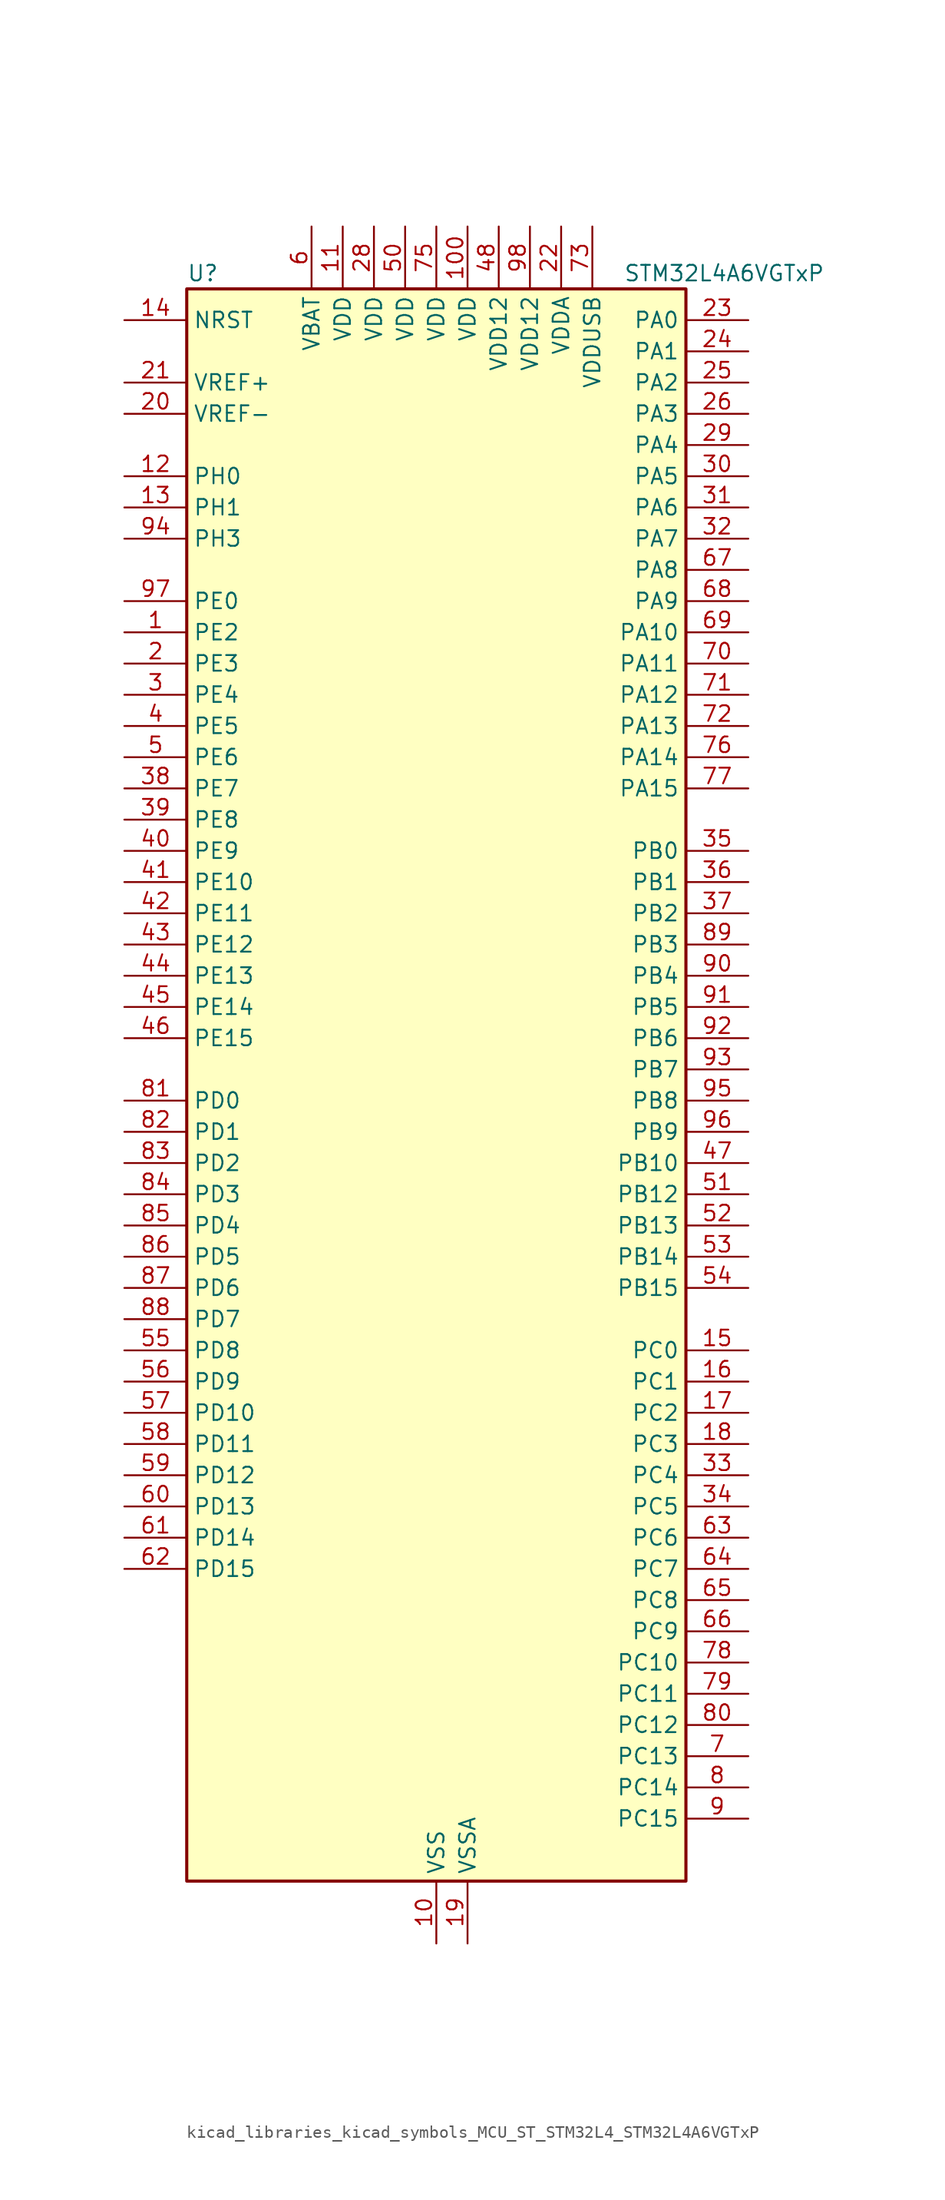
<source format=kicad_sym>
(kicad_symbol_lib
  (version 20220914)
  (generator kicad_symbol_editor)
  (symbol "kicad_libraries_kicad_symbols_MCU_ST_STM32L4_STM32L4A6VGTxP"
    (property "Reference" "U"
      (at -20.32 67.31 0)
      (effects (font (size 1.27 1.27)) (justify left)))
    (property "Value" "STM32L4A6VGTxP"
      (at 15.24 67.31 0)
      (effects (font (size 1.27 1.27)) (justify left)))
    (property "ki_locked" ""
      (at 0 0 0)
      (effects (font (size 1.27 1.27))))
    (symbol "kicad_libraries_kicad_symbols_MCU_ST_STM32L4_STM32L4A6VGTxP_0_1"
      (rectangle (start -20.32 -63.5) (end 20.32 66.04) (stroke (width 0.254) (type default)) (fill (type background))))
    (symbol "kicad_libraries_kicad_symbols_MCU_ST_STM32L4_STM32L4A6VGTxP_1_1"
      (pin bidirectional line (at -25.4 38.1 0) (length 5.08) (name "PE2" (effects (font (size 1.27 1.27)))) (number "1" (effects (font (size 1.27 1.27)))) (alternate "FMC_A23" bidirectional line) (alternate "LCD_SEG38" bidirectional line) (alternate "SAI1_MCLK_A" bidirectional line) (alternate "SYS_TRACECLK" bidirectional line) (alternate "TIM3_ETR" bidirectional line) (alternate "TSC_G7_IO1" bidirectional line))
      (pin power_in line (at 0 -68.58 90) (length 5.08) (name "VSS" (effects (font (size 1.27 1.27)))) (number "10" (effects (font (size 1.27 1.27)))))
      (pin power_in line (at 2.54 71.12 270) (length 5.08) (name "VDD" (effects (font (size 1.27 1.27)))) (number "100" (effects (font (size 1.27 1.27)))))
      (pin power_in line (at -7.62 71.12 270) (length 5.08) (name "VDD" (effects (font (size 1.27 1.27)))) (number "11" (effects (font (size 1.27 1.27)))))
      (pin bidirectional line (at -25.4 50.8 0) (length 5.08) (name "PH0" (effects (font (size 1.27 1.27)))) (number "12" (effects (font (size 1.27 1.27)))) (alternate "RCC_OSC_IN" bidirectional line))
      (pin bidirectional line (at -25.4 48.26 0) (length 5.08) (name "PH1" (effects (font (size 1.27 1.27)))) (number "13" (effects (font (size 1.27 1.27)))) (alternate "RCC_OSC_OUT" bidirectional line))
      (pin input line (at -25.4 63.5 0) (length 5.08) (name "NRST" (effects (font (size 1.27 1.27)))) (number "14" (effects (font (size 1.27 1.27)))))
      (pin bidirectional line (at 25.4 -20.32 180) (length 5.08) (name "PC0" (effects (font (size 1.27 1.27)))) (number "15" (effects (font (size 1.27 1.27)))) (alternate "ADC1_IN1" bidirectional line) (alternate "ADC2_IN1" bidirectional line) (alternate "ADC3_IN1" bidirectional line) (alternate "DFSDM1_DATIN4" bidirectional line) (alternate "I2C3_SCL" bidirectional line) (alternate "I2C4_SCL" bidirectional line) (alternate "LCD_SEG18" bidirectional line) (alternate "LPTIM1_IN1" bidirectional line) (alternate "LPTIM2_IN1" bidirectional line) (alternate "LPUART1_RX" bidirectional line))
      (pin bidirectional line (at 25.4 -22.86 180) (length 5.08) (name "PC1" (effects (font (size 1.27 1.27)))) (number "16" (effects (font (size 1.27 1.27)))) (alternate "ADC1_IN2" bidirectional line) (alternate "ADC2_IN2" bidirectional line) (alternate "ADC3_IN2" bidirectional line) (alternate "DFSDM1_CKIN4" bidirectional line) (alternate "I2C3_SDA" bidirectional line) (alternate "I2C4_SDA" bidirectional line) (alternate "LCD_SEG19" bidirectional line) (alternate "LPTIM1_OUT" bidirectional line) (alternate "LPUART1_TX" bidirectional line) (alternate "QUADSPI_BK2_IO0" bidirectional line) (alternate "SAI1_SD_A" bidirectional line) (alternate "SPI2_MOSI" bidirectional line) (alternate "SYS_TRACED0" bidirectional line))
      (pin bidirectional line (at 25.4 -25.4 180) (length 5.08) (name "PC2" (effects (font (size 1.27 1.27)))) (number "17" (effects (font (size 1.27 1.27)))) (alternate "ADC1_IN3" bidirectional line) (alternate "ADC2_IN3" bidirectional line) (alternate "ADC3_IN3" bidirectional line) (alternate "DFSDM1_CKOUT" bidirectional line) (alternate "LCD_SEG20" bidirectional line) (alternate "LPTIM1_IN2" bidirectional line) (alternate "QUADSPI_BK2_IO1" bidirectional line) (alternate "SPI2_MISO" bidirectional line))
      (pin bidirectional line (at 25.4 -27.94 180) (length 5.08) (name "PC3" (effects (font (size 1.27 1.27)))) (number "18" (effects (font (size 1.27 1.27)))) (alternate "ADC1_IN4" bidirectional line) (alternate "ADC2_IN4" bidirectional line) (alternate "ADC3_IN4" bidirectional line) (alternate "LCD_VLCD" bidirectional line) (alternate "LPTIM1_ETR" bidirectional line) (alternate "LPTIM2_ETR" bidirectional line) (alternate "QUADSPI_BK2_IO2" bidirectional line) (alternate "SAI1_SD_A" bidirectional line) (alternate "SPI2_MOSI" bidirectional line))
      (pin power_in line (at 2.54 -68.58 90) (length 5.08) (name "VSSA" (effects (font (size 1.27 1.27)))) (number "19" (effects (font (size 1.27 1.27)))))
      (pin bidirectional line (at -25.4 35.56 0) (length 5.08) (name "PE3" (effects (font (size 1.27 1.27)))) (number "2" (effects (font (size 1.27 1.27)))) (alternate "FMC_A19" bidirectional line) (alternate "LCD_SEG39" bidirectional line) (alternate "SAI1_SD_B" bidirectional line) (alternate "SYS_TRACED0" bidirectional line) (alternate "TIM3_CH1" bidirectional line) (alternate "TSC_G7_IO2" bidirectional line))
      (pin input line (at -25.4 55.88 0) (length 5.08) (name "VREF-" (effects (font (size 1.27 1.27)))) (number "20" (effects (font (size 1.27 1.27)))))
      (pin input line (at -25.4 58.42 0) (length 5.08) (name "VREF+" (effects (font (size 1.27 1.27)))) (number "21" (effects (font (size 1.27 1.27)))) (alternate "VREFBUF_OUT" bidirectional line))
      (pin power_in line (at 10.16 71.12 270) (length 5.08) (name "VDDA" (effects (font (size 1.27 1.27)))) (number "22" (effects (font (size 1.27 1.27)))))
      (pin bidirectional line (at 25.4 63.5 180) (length 5.08) (name "PA0" (effects (font (size 1.27 1.27)))) (number "23" (effects (font (size 1.27 1.27)))) (alternate "ADC1_IN5" bidirectional line) (alternate "ADC2_IN5" bidirectional line) (alternate "OPAMP1_VINP" bidirectional line) (alternate "RTC_TAMP2" bidirectional line) (alternate "SAI1_EXTCLK" bidirectional line) (alternate "SYS_WKUP1" bidirectional line) (alternate "TIM2_CH1" bidirectional line) (alternate "TIM2_ETR" bidirectional line) (alternate "TIM5_CH1" bidirectional line) (alternate "TIM8_ETR" bidirectional line) (alternate "UART4_TX" bidirectional line) (alternate "USART2_CTS" bidirectional line))
      (pin bidirectional line (at 25.4 60.96 180) (length 5.08) (name "PA1" (effects (font (size 1.27 1.27)))) (number "24" (effects (font (size 1.27 1.27)))) (alternate "ADC1_IN6" bidirectional line) (alternate "ADC2_IN6" bidirectional line) (alternate "I2C1_SMBA" bidirectional line) (alternate "LCD_SEG0" bidirectional line) (alternate "OPAMP1_VINM" bidirectional line) (alternate "SPI1_SCK" bidirectional line) (alternate "TIM15_CH1N" bidirectional line) (alternate "TIM2_CH2" bidirectional line) (alternate "TIM5_CH2" bidirectional line) (alternate "UART4_RX" bidirectional line) (alternate "USART2_DE" bidirectional line) (alternate "USART2_RTS" bidirectional line))
      (pin bidirectional line (at 25.4 58.42 180) (length 5.08) (name "PA2" (effects (font (size 1.27 1.27)))) (number "25" (effects (font (size 1.27 1.27)))) (alternate "ADC1_IN7" bidirectional line) (alternate "ADC2_IN7" bidirectional line) (alternate "LCD_SEG1" bidirectional line) (alternate "LPUART1_TX" bidirectional line) (alternate "QUADSPI_BK1_NCS" bidirectional line) (alternate "RCC_LSCO" bidirectional line) (alternate "SAI2_EXTCLK" bidirectional line) (alternate "SYS_WKUP4" bidirectional line) (alternate "TIM15_CH1" bidirectional line) (alternate "TIM2_CH3" bidirectional line) (alternate "TIM5_CH3" bidirectional line) (alternate "USART2_TX" bidirectional line))
      (pin bidirectional line (at 25.4 55.88 180) (length 5.08) (name "PA3" (effects (font (size 1.27 1.27)))) (number "26" (effects (font (size 1.27 1.27)))) (alternate "ADC1_IN8" bidirectional line) (alternate "ADC2_IN8" bidirectional line) (alternate "LCD_SEG2" bidirectional line) (alternate "LPUART1_RX" bidirectional line) (alternate "OPAMP1_VOUT" bidirectional line) (alternate "QUADSPI_CLK" bidirectional line) (alternate "SAI1_MCLK_A" bidirectional line) (alternate "TIM15_CH2" bidirectional line) (alternate "TIM2_CH4" bidirectional line) (alternate "TIM5_CH4" bidirectional line) (alternate "USART2_RX" bidirectional line))
      (pin passive line (at 0 -68.58 90) (length 5.08) hide (name "VSS" (effects (font (size 1.27 1.27)))) (number "27" (effects (font (size 1.27 1.27)))))
      (pin power_in line (at -5.08 71.12 270) (length 5.08) (name "VDD" (effects (font (size 1.27 1.27)))) (number "28" (effects (font (size 1.27 1.27)))))
      (pin bidirectional line (at 25.4 53.34 180) (length 5.08) (name "PA4" (effects (font (size 1.27 1.27)))) (number "29" (effects (font (size 1.27 1.27)))) (alternate "ADC1_IN9" bidirectional line) (alternate "ADC2_IN9" bidirectional line) (alternate "DAC1_OUT1" bidirectional line) (alternate "DCMI_HSYNC" bidirectional line) (alternate "LPTIM2_OUT" bidirectional line) (alternate "SAI1_FS_B" bidirectional line) (alternate "SPI1_NSS" bidirectional line) (alternate "SPI3_NSS" bidirectional line) (alternate "USART2_CK" bidirectional line))
      (pin bidirectional line (at -25.4 33.02 0) (length 5.08) (name "PE4" (effects (font (size 1.27 1.27)))) (number "3" (effects (font (size 1.27 1.27)))) (alternate "DCMI_D4" bidirectional line) (alternate "DFSDM1_DATIN3" bidirectional line) (alternate "FMC_A20" bidirectional line) (alternate "SAI1_FS_A" bidirectional line) (alternate "SYS_TRACED1" bidirectional line) (alternate "TIM3_CH2" bidirectional line) (alternate "TSC_G7_IO3" bidirectional line))
      (pin bidirectional line (at 25.4 50.8 180) (length 5.08) (name "PA5" (effects (font (size 1.27 1.27)))) (number "30" (effects (font (size 1.27 1.27)))) (alternate "ADC1_IN10" bidirectional line) (alternate "ADC2_IN10" bidirectional line) (alternate "DAC1_OUT2" bidirectional line) (alternate "LPTIM2_ETR" bidirectional line) (alternate "SPI1_SCK" bidirectional line) (alternate "TIM2_CH1" bidirectional line) (alternate "TIM2_ETR" bidirectional line) (alternate "TIM8_CH1N" bidirectional line))
      (pin bidirectional line (at 25.4 48.26 180) (length 5.08) (name "PA6" (effects (font (size 1.27 1.27)))) (number "31" (effects (font (size 1.27 1.27)))) (alternate "ADC1_IN11" bidirectional line) (alternate "ADC2_IN11" bidirectional line) (alternate "DCMI_PIXCLK" bidirectional line) (alternate "LCD_SEG3" bidirectional line) (alternate "LPUART1_CTS" bidirectional line) (alternate "OPAMP2_VINP" bidirectional line) (alternate "QUADSPI_BK1_IO3" bidirectional line) (alternate "SPI1_MISO" bidirectional line) (alternate "TIM16_CH1" bidirectional line) (alternate "TIM1_BKIN" bidirectional line) (alternate "TIM1_BKIN_COMP2" bidirectional line) (alternate "TIM3_CH1" bidirectional line) (alternate "TIM8_BKIN" bidirectional line) (alternate "TIM8_BKIN_COMP2" bidirectional line) (alternate "USART3_CTS" bidirectional line))
      (pin bidirectional line (at 25.4 45.72 180) (length 5.08) (name "PA7" (effects (font (size 1.27 1.27)))) (number "32" (effects (font (size 1.27 1.27)))) (alternate "ADC1_IN12" bidirectional line) (alternate "ADC2_IN12" bidirectional line) (alternate "I2C3_SCL" bidirectional line) (alternate "LCD_SEG4" bidirectional line) (alternate "OPAMP2_VINM" bidirectional line) (alternate "QUADSPI_BK1_IO2" bidirectional line) (alternate "SPI1_MOSI" bidirectional line) (alternate "TIM17_CH1" bidirectional line) (alternate "TIM1_CH1N" bidirectional line) (alternate "TIM3_CH2" bidirectional line) (alternate "TIM8_CH1N" bidirectional line))
      (pin bidirectional line (at 25.4 -30.48 180) (length 5.08) (name "PC4" (effects (font (size 1.27 1.27)))) (number "33" (effects (font (size 1.27 1.27)))) (alternate "ADC1_IN13" bidirectional line) (alternate "ADC2_IN13" bidirectional line) (alternate "COMP1_INM" bidirectional line) (alternate "LCD_SEG22" bidirectional line) (alternate "QUADSPI_BK2_IO3" bidirectional line) (alternate "USART3_TX" bidirectional line))
      (pin bidirectional line (at 25.4 -33.02 180) (length 5.08) (name "PC5" (effects (font (size 1.27 1.27)))) (number "34" (effects (font (size 1.27 1.27)))) (alternate "ADC1_IN14" bidirectional line) (alternate "ADC2_IN14" bidirectional line) (alternate "COMP1_INP" bidirectional line) (alternate "LCD_SEG23" bidirectional line) (alternate "SYS_WKUP5" bidirectional line) (alternate "USART3_RX" bidirectional line))
      (pin bidirectional line (at 25.4 20.32 180) (length 5.08) (name "PB0" (effects (font (size 1.27 1.27)))) (number "35" (effects (font (size 1.27 1.27)))) (alternate "ADC1_IN15" bidirectional line) (alternate "ADC2_IN15" bidirectional line) (alternate "COMP1_OUT" bidirectional line) (alternate "LCD_SEG5" bidirectional line) (alternate "OPAMP2_VOUT" bidirectional line) (alternate "QUADSPI_BK1_IO1" bidirectional line) (alternate "SAI1_EXTCLK" bidirectional line) (alternate "SPI1_NSS" bidirectional line) (alternate "TIM1_CH2N" bidirectional line) (alternate "TIM3_CH3" bidirectional line) (alternate "TIM8_CH2N" bidirectional line) (alternate "USART3_CK" bidirectional line))
      (pin bidirectional line (at 25.4 17.78 180) (length 5.08) (name "PB1" (effects (font (size 1.27 1.27)))) (number "36" (effects (font (size 1.27 1.27)))) (alternate "ADC1_IN16" bidirectional line) (alternate "ADC2_IN16" bidirectional line) (alternate "COMP1_INM" bidirectional line) (alternate "DFSDM1_DATIN0" bidirectional line) (alternate "LCD_SEG6" bidirectional line) (alternate "LPTIM2_IN1" bidirectional line) (alternate "LPUART1_DE" bidirectional line) (alternate "LPUART1_RTS" bidirectional line) (alternate "QUADSPI_BK1_IO0" bidirectional line) (alternate "TIM1_CH3N" bidirectional line) (alternate "TIM3_CH4" bidirectional line) (alternate "TIM8_CH3N" bidirectional line) (alternate "USART3_DE" bidirectional line) (alternate "USART3_RTS" bidirectional line))
      (pin bidirectional line (at 25.4 15.24 180) (length 5.08) (name "PB2" (effects (font (size 1.27 1.27)))) (number "37" (effects (font (size 1.27 1.27)))) (alternate "COMP1_INP" bidirectional line) (alternate "DFSDM1_CKIN0" bidirectional line) (alternate "I2C3_SMBA" bidirectional line) (alternate "LCD_VLCD" bidirectional line) (alternate "LPTIM1_OUT" bidirectional line) (alternate "RTC_OUT_ALARM" bidirectional line) (alternate "RTC_OUT_CALIB" bidirectional line))
      (pin bidirectional line (at -25.4 25.4 0) (length 5.08) (name "PE7" (effects (font (size 1.27 1.27)))) (number "38" (effects (font (size 1.27 1.27)))) (alternate "DFSDM1_DATIN2" bidirectional line) (alternate "FMC_D4" bidirectional line) (alternate "FMC_DA4" bidirectional line) (alternate "SAI1_SD_B" bidirectional line) (alternate "TIM1_ETR" bidirectional line))
      (pin bidirectional line (at -25.4 22.86 0) (length 5.08) (name "PE8" (effects (font (size 1.27 1.27)))) (number "39" (effects (font (size 1.27 1.27)))) (alternate "DFSDM1_CKIN2" bidirectional line) (alternate "FMC_D5" bidirectional line) (alternate "FMC_DA5" bidirectional line) (alternate "SAI1_SCK_B" bidirectional line) (alternate "TIM1_CH1N" bidirectional line))
      (pin bidirectional line (at -25.4 30.48 0) (length 5.08) (name "PE5" (effects (font (size 1.27 1.27)))) (number "4" (effects (font (size 1.27 1.27)))) (alternate "DCMI_D6" bidirectional line) (alternate "DFSDM1_CKIN3" bidirectional line) (alternate "FMC_A21" bidirectional line) (alternate "SAI1_SCK_A" bidirectional line) (alternate "SYS_TRACED2" bidirectional line) (alternate "TIM3_CH3" bidirectional line) (alternate "TSC_G7_IO4" bidirectional line))
      (pin bidirectional line (at -25.4 20.32 0) (length 5.08) (name "PE9" (effects (font (size 1.27 1.27)))) (number "40" (effects (font (size 1.27 1.27)))) (alternate "DAC1_EXTI9" bidirectional line) (alternate "DFSDM1_CKOUT" bidirectional line) (alternate "FMC_D6" bidirectional line) (alternate "FMC_DA6" bidirectional line) (alternate "SAI1_FS_B" bidirectional line) (alternate "TIM1_CH1" bidirectional line))
      (pin bidirectional line (at -25.4 17.78 0) (length 5.08) (name "PE10" (effects (font (size 1.27 1.27)))) (number "41" (effects (font (size 1.27 1.27)))) (alternate "DFSDM1_DATIN4" bidirectional line) (alternate "FMC_D7" bidirectional line) (alternate "FMC_DA7" bidirectional line) (alternate "QUADSPI_CLK" bidirectional line) (alternate "SAI1_MCLK_B" bidirectional line) (alternate "TIM1_CH2N" bidirectional line) (alternate "TSC_G5_IO1" bidirectional line))
      (pin bidirectional line (at -25.4 15.24 0) (length 5.08) (name "PE11" (effects (font (size 1.27 1.27)))) (number "42" (effects (font (size 1.27 1.27)))) (alternate "ADC1_EXTI11" bidirectional line) (alternate "ADC2_EXTI11" bidirectional line) (alternate "ADC3_EXTI11" bidirectional line) (alternate "DFSDM1_CKIN4" bidirectional line) (alternate "FMC_D8" bidirectional line) (alternate "FMC_DA8" bidirectional line) (alternate "QUADSPI_BK1_NCS" bidirectional line) (alternate "TIM1_CH2" bidirectional line) (alternate "TSC_G5_IO2" bidirectional line))
      (pin bidirectional line (at -25.4 12.7 0) (length 5.08) (name "PE12" (effects (font (size 1.27 1.27)))) (number "43" (effects (font (size 1.27 1.27)))) (alternate "DFSDM1_DATIN5" bidirectional line) (alternate "FMC_D9" bidirectional line) (alternate "FMC_DA9" bidirectional line) (alternate "QUADSPI_BK1_IO0" bidirectional line) (alternate "SPI1_NSS" bidirectional line) (alternate "TIM1_CH3N" bidirectional line) (alternate "TSC_G5_IO3" bidirectional line))
      (pin bidirectional line (at -25.4 10.16 0) (length 5.08) (name "PE13" (effects (font (size 1.27 1.27)))) (number "44" (effects (font (size 1.27 1.27)))) (alternate "DFSDM1_CKIN5" bidirectional line) (alternate "FMC_D10" bidirectional line) (alternate "FMC_DA10" bidirectional line) (alternate "QUADSPI_BK1_IO1" bidirectional line) (alternate "SPI1_SCK" bidirectional line) (alternate "TIM1_CH3" bidirectional line) (alternate "TSC_G5_IO4" bidirectional line))
      (pin bidirectional line (at -25.4 7.62 0) (length 5.08) (name "PE14" (effects (font (size 1.27 1.27)))) (number "45" (effects (font (size 1.27 1.27)))) (alternate "FMC_D11" bidirectional line) (alternate "FMC_DA11" bidirectional line) (alternate "QUADSPI_BK1_IO2" bidirectional line) (alternate "SPI1_MISO" bidirectional line) (alternate "TIM1_BKIN2" bidirectional line) (alternate "TIM1_BKIN2_COMP2" bidirectional line) (alternate "TIM1_CH4" bidirectional line))
      (pin bidirectional line (at -25.4 5.08 0) (length 5.08) (name "PE15" (effects (font (size 1.27 1.27)))) (number "46" (effects (font (size 1.27 1.27)))) (alternate "ADC1_EXTI15" bidirectional line) (alternate "ADC2_EXTI15" bidirectional line) (alternate "ADC3_EXTI15" bidirectional line) (alternate "FMC_D12" bidirectional line) (alternate "FMC_DA12" bidirectional line) (alternate "QUADSPI_BK1_IO3" bidirectional line) (alternate "SPI1_MOSI" bidirectional line) (alternate "TIM1_BKIN" bidirectional line) (alternate "TIM1_BKIN_COMP1" bidirectional line))
      (pin bidirectional line (at 25.4 -5.08 180) (length 5.08) (name "PB10" (effects (font (size 1.27 1.27)))) (number "47" (effects (font (size 1.27 1.27)))) (alternate "COMP1_OUT" bidirectional line) (alternate "DFSDM1_DATIN7" bidirectional line) (alternate "I2C2_SCL" bidirectional line) (alternate "I2C4_SCL" bidirectional line) (alternate "LCD_SEG10" bidirectional line) (alternate "LPUART1_RX" bidirectional line) (alternate "QUADSPI_CLK" bidirectional line) (alternate "SAI1_SCK_A" bidirectional line) (alternate "SPI2_SCK" bidirectional line) (alternate "TIM2_CH3" bidirectional line) (alternate "TSC_SYNC" bidirectional line) (alternate "USART3_TX" bidirectional line))
      (pin power_in line (at 5.08 71.12 270) (length 5.08) (name "VDD12" (effects (font (size 1.27 1.27)))) (number "48" (effects (font (size 1.27 1.27)))))
      (pin passive line (at 0 -68.58 90) (length 5.08) hide (name "VSS" (effects (font (size 1.27 1.27)))) (number "49" (effects (font (size 1.27 1.27)))))
      (pin bidirectional line (at -25.4 27.94 0) (length 5.08) (name "PE6" (effects (font (size 1.27 1.27)))) (number "5" (effects (font (size 1.27 1.27)))) (alternate "DCMI_D7" bidirectional line) (alternate "FMC_A22" bidirectional line) (alternate "RTC_TAMP3" bidirectional line) (alternate "SAI1_SD_A" bidirectional line) (alternate "SYS_TRACED3" bidirectional line) (alternate "SYS_WKUP3" bidirectional line) (alternate "TIM3_CH4" bidirectional line))
      (pin power_in line (at -2.54 71.12 270) (length 5.08) (name "VDD" (effects (font (size 1.27 1.27)))) (number "50" (effects (font (size 1.27 1.27)))))
      (pin bidirectional line (at 25.4 -7.62 180) (length 5.08) (name "PB12" (effects (font (size 1.27 1.27)))) (number "51" (effects (font (size 1.27 1.27)))) (alternate "CAN2_RX" bidirectional line) (alternate "DFSDM1_DATIN1" bidirectional line) (alternate "I2C2_SMBA" bidirectional line) (alternate "LCD_SEG12" bidirectional line) (alternate "LPUART1_DE" bidirectional line) (alternate "LPUART1_RTS" bidirectional line) (alternate "SAI2_FS_A" bidirectional line) (alternate "SPI2_NSS" bidirectional line) (alternate "SWPMI1_IO" bidirectional line) (alternate "TIM15_BKIN" bidirectional line) (alternate "TIM1_BKIN" bidirectional line) (alternate "TIM1_BKIN_COMP2" bidirectional line) (alternate "TSC_G1_IO1" bidirectional line) (alternate "USART3_CK" bidirectional line))
      (pin bidirectional line (at 25.4 -10.16 180) (length 5.08) (name "PB13" (effects (font (size 1.27 1.27)))) (number "52" (effects (font (size 1.27 1.27)))) (alternate "CAN2_TX" bidirectional line) (alternate "DFSDM1_CKIN1" bidirectional line) (alternate "I2C2_SCL" bidirectional line) (alternate "LCD_SEG13" bidirectional line) (alternate "LPUART1_CTS" bidirectional line) (alternate "SAI2_SCK_A" bidirectional line) (alternate "SPI2_SCK" bidirectional line) (alternate "SWPMI1_TX" bidirectional line) (alternate "TIM15_CH1N" bidirectional line) (alternate "TIM1_CH1N" bidirectional line) (alternate "TSC_G1_IO2" bidirectional line) (alternate "USART3_CTS" bidirectional line))
      (pin bidirectional line (at 25.4 -12.7 180) (length 5.08) (name "PB14" (effects (font (size 1.27 1.27)))) (number "53" (effects (font (size 1.27 1.27)))) (alternate "DFSDM1_DATIN2" bidirectional line) (alternate "I2C2_SDA" bidirectional line) (alternate "LCD_SEG14" bidirectional line) (alternate "SAI2_MCLK_A" bidirectional line) (alternate "SPI2_MISO" bidirectional line) (alternate "SWPMI1_RX" bidirectional line) (alternate "TIM15_CH1" bidirectional line) (alternate "TIM1_CH2N" bidirectional line) (alternate "TIM8_CH2N" bidirectional line) (alternate "TSC_G1_IO3" bidirectional line) (alternate "USART3_DE" bidirectional line) (alternate "USART3_RTS" bidirectional line))
      (pin bidirectional line (at 25.4 -15.24 180) (length 5.08) (name "PB15" (effects (font (size 1.27 1.27)))) (number "54" (effects (font (size 1.27 1.27)))) (alternate "ADC1_EXTI15" bidirectional line) (alternate "ADC2_EXTI15" bidirectional line) (alternate "ADC3_EXTI15" bidirectional line) (alternate "DFSDM1_CKIN2" bidirectional line) (alternate "LCD_SEG15" bidirectional line) (alternate "RTC_REFIN" bidirectional line) (alternate "SAI2_SD_A" bidirectional line) (alternate "SPI2_MOSI" bidirectional line) (alternate "SWPMI1_SUSPEND" bidirectional line) (alternate "TIM15_CH2" bidirectional line) (alternate "TIM1_CH3N" bidirectional line) (alternate "TIM8_CH3N" bidirectional line) (alternate "TSC_G1_IO4" bidirectional line))
      (pin bidirectional line (at -25.4 -20.32 0) (length 5.08) (name "PD8" (effects (font (size 1.27 1.27)))) (number "55" (effects (font (size 1.27 1.27)))) (alternate "DCMI_HSYNC" bidirectional line) (alternate "FMC_D13" bidirectional line) (alternate "FMC_DA13" bidirectional line) (alternate "LCD_SEG28" bidirectional line) (alternate "USART3_TX" bidirectional line))
      (pin bidirectional line (at -25.4 -22.86 0) (length 5.08) (name "PD9" (effects (font (size 1.27 1.27)))) (number "56" (effects (font (size 1.27 1.27)))) (alternate "DAC1_EXTI9" bidirectional line) (alternate "DCMI_PIXCLK" bidirectional line) (alternate "FMC_D14" bidirectional line) (alternate "FMC_DA14" bidirectional line) (alternate "LCD_SEG29" bidirectional line) (alternate "SAI2_MCLK_A" bidirectional line) (alternate "USART3_RX" bidirectional line))
      (pin bidirectional line (at -25.4 -25.4 0) (length 5.08) (name "PD10" (effects (font (size 1.27 1.27)))) (number "57" (effects (font (size 1.27 1.27)))) (alternate "FMC_D15" bidirectional line) (alternate "FMC_DA15" bidirectional line) (alternate "LCD_SEG30" bidirectional line) (alternate "SAI2_SCK_A" bidirectional line) (alternate "TSC_G6_IO1" bidirectional line) (alternate "USART3_CK" bidirectional line))
      (pin bidirectional line (at -25.4 -27.94 0) (length 5.08) (name "PD11" (effects (font (size 1.27 1.27)))) (number "58" (effects (font (size 1.27 1.27)))) (alternate "ADC1_EXTI11" bidirectional line) (alternate "ADC2_EXTI11" bidirectional line) (alternate "ADC3_EXTI11" bidirectional line) (alternate "FMC_A16" bidirectional line) (alternate "FMC_CLE" bidirectional line) (alternate "I2C4_SMBA" bidirectional line) (alternate "LCD_SEG31" bidirectional line) (alternate "LPTIM2_ETR" bidirectional line) (alternate "SAI2_SD_A" bidirectional line) (alternate "TSC_G6_IO2" bidirectional line) (alternate "USART3_CTS" bidirectional line))
      (pin bidirectional line (at -25.4 -30.48 0) (length 5.08) (name "PD12" (effects (font (size 1.27 1.27)))) (number "59" (effects (font (size 1.27 1.27)))) (alternate "FMC_A17" bidirectional line) (alternate "FMC_ALE" bidirectional line) (alternate "I2C4_SCL" bidirectional line) (alternate "LCD_SEG32" bidirectional line) (alternate "LPTIM2_IN1" bidirectional line) (alternate "SAI2_FS_A" bidirectional line) (alternate "TIM4_CH1" bidirectional line) (alternate "TSC_G6_IO3" bidirectional line) (alternate "USART3_DE" bidirectional line) (alternate "USART3_RTS" bidirectional line))
      (pin power_in line (at -10.16 71.12 270) (length 5.08) (name "VBAT" (effects (font (size 1.27 1.27)))) (number "6" (effects (font (size 1.27 1.27)))))
      (pin bidirectional line (at -25.4 -33.02 0) (length 5.08) (name "PD13" (effects (font (size 1.27 1.27)))) (number "60" (effects (font (size 1.27 1.27)))) (alternate "FMC_A18" bidirectional line) (alternate "I2C4_SDA" bidirectional line) (alternate "LCD_SEG33" bidirectional line) (alternate "LPTIM2_OUT" bidirectional line) (alternate "TIM4_CH2" bidirectional line) (alternate "TSC_G6_IO4" bidirectional line))
      (pin bidirectional line (at -25.4 -35.56 0) (length 5.08) (name "PD14" (effects (font (size 1.27 1.27)))) (number "61" (effects (font (size 1.27 1.27)))) (alternate "FMC_D0" bidirectional line) (alternate "FMC_DA0" bidirectional line) (alternate "LCD_SEG34" bidirectional line) (alternate "TIM4_CH3" bidirectional line))
      (pin bidirectional line (at -25.4 -38.1 0) (length 5.08) (name "PD15" (effects (font (size 1.27 1.27)))) (number "62" (effects (font (size 1.27 1.27)))) (alternate "ADC1_EXTI15" bidirectional line) (alternate "ADC2_EXTI15" bidirectional line) (alternate "ADC3_EXTI15" bidirectional line) (alternate "FMC_D1" bidirectional line) (alternate "FMC_DA1" bidirectional line) (alternate "LCD_SEG35" bidirectional line) (alternate "TIM4_CH4" bidirectional line))
      (pin bidirectional line (at 25.4 -35.56 180) (length 5.08) (name "PC6" (effects (font (size 1.27 1.27)))) (number "63" (effects (font (size 1.27 1.27)))) (alternate "DCMI_D0" bidirectional line) (alternate "DFSDM1_CKIN3" bidirectional line) (alternate "LCD_SEG24" bidirectional line) (alternate "SAI2_MCLK_A" bidirectional line) (alternate "SDMMC1_D6" bidirectional line) (alternate "TIM3_CH1" bidirectional line) (alternate "TIM8_CH1" bidirectional line) (alternate "TSC_G4_IO1" bidirectional line))
      (pin bidirectional line (at 25.4 -38.1 180) (length 5.08) (name "PC7" (effects (font (size 1.27 1.27)))) (number "64" (effects (font (size 1.27 1.27)))) (alternate "DCMI_D1" bidirectional line) (alternate "DFSDM1_DATIN3" bidirectional line) (alternate "LCD_SEG25" bidirectional line) (alternate "SAI2_MCLK_B" bidirectional line) (alternate "SDMMC1_D7" bidirectional line) (alternate "TIM3_CH2" bidirectional line) (alternate "TIM8_CH2" bidirectional line) (alternate "TSC_G4_IO2" bidirectional line))
      (pin bidirectional line (at 25.4 -40.64 180) (length 5.08) (name "PC8" (effects (font (size 1.27 1.27)))) (number "65" (effects (font (size 1.27 1.27)))) (alternate "DCMI_D2" bidirectional line) (alternate "LCD_SEG26" bidirectional line) (alternate "SDMMC1_D0" bidirectional line) (alternate "TIM3_CH3" bidirectional line) (alternate "TIM8_CH3" bidirectional line) (alternate "TSC_G4_IO3" bidirectional line))
      (pin bidirectional line (at 25.4 -43.18 180) (length 5.08) (name "PC9" (effects (font (size 1.27 1.27)))) (number "66" (effects (font (size 1.27 1.27)))) (alternate "DAC1_EXTI9" bidirectional line) (alternate "DCMI_D3" bidirectional line) (alternate "I2C3_SDA" bidirectional line) (alternate "LCD_SEG27" bidirectional line) (alternate "SAI2_EXTCLK" bidirectional line) (alternate "SDMMC1_D1" bidirectional line) (alternate "TIM3_CH4" bidirectional line) (alternate "TIM8_BKIN2" bidirectional line) (alternate "TIM8_BKIN2_COMP1" bidirectional line) (alternate "TIM8_CH4" bidirectional line) (alternate "TSC_G4_IO4" bidirectional line) (alternate "USB_OTG_FS_NOE" bidirectional line))
      (pin bidirectional line (at 25.4 43.18 180) (length 5.08) (name "PA8" (effects (font (size 1.27 1.27)))) (number "67" (effects (font (size 1.27 1.27)))) (alternate "LCD_COM0" bidirectional line) (alternate "LPTIM2_OUT" bidirectional line) (alternate "RCC_MCO" bidirectional line) (alternate "SAI1_SCK_A" bidirectional line) (alternate "SWPMI1_IO" bidirectional line) (alternate "TIM1_CH1" bidirectional line) (alternate "USART1_CK" bidirectional line) (alternate "USB_OTG_FS_SOF" bidirectional line))
      (pin bidirectional line (at 25.4 40.64 180) (length 5.08) (name "PA9" (effects (font (size 1.27 1.27)))) (number "68" (effects (font (size 1.27 1.27)))) (alternate "DAC1_EXTI9" bidirectional line) (alternate "DCMI_D0" bidirectional line) (alternate "LCD_COM1" bidirectional line) (alternate "SAI1_FS_A" bidirectional line) (alternate "SPI2_SCK" bidirectional line) (alternate "TIM15_BKIN" bidirectional line) (alternate "TIM1_CH2" bidirectional line) (alternate "USART1_TX" bidirectional line) (alternate "USB_OTG_FS_VBUS" bidirectional line))
      (pin bidirectional line (at 25.4 38.1 180) (length 5.08) (name "PA10" (effects (font (size 1.27 1.27)))) (number "69" (effects (font (size 1.27 1.27)))) (alternate "DCMI_D1" bidirectional line) (alternate "LCD_COM2" bidirectional line) (alternate "SAI1_SD_A" bidirectional line) (alternate "TIM17_BKIN" bidirectional line) (alternate "TIM1_CH3" bidirectional line) (alternate "USART1_RX" bidirectional line) (alternate "USB_OTG_FS_ID" bidirectional line))
      (pin bidirectional line (at 25.4 -53.34 180) (length 5.08) (name "PC13" (effects (font (size 1.27 1.27)))) (number "7" (effects (font (size 1.27 1.27)))) (alternate "RTC_OUT_ALARM" bidirectional line) (alternate "RTC_OUT_CALIB" bidirectional line) (alternate "RTC_TAMP1" bidirectional line) (alternate "RTC_TS" bidirectional line) (alternate "SYS_WKUP2" bidirectional line))
      (pin bidirectional line (at 25.4 35.56 180) (length 5.08) (name "PA11" (effects (font (size 1.27 1.27)))) (number "70" (effects (font (size 1.27 1.27)))) (alternate "ADC1_EXTI11" bidirectional line) (alternate "ADC2_EXTI11" bidirectional line) (alternate "ADC3_EXTI11" bidirectional line) (alternate "CAN1_RX" bidirectional line) (alternate "SPI1_MISO" bidirectional line) (alternate "TIM1_BKIN2" bidirectional line) (alternate "TIM1_BKIN2_COMP1" bidirectional line) (alternate "TIM1_CH4" bidirectional line) (alternate "USART1_CTS" bidirectional line) (alternate "USB_OTG_FS_DM" bidirectional line))
      (pin bidirectional line (at 25.4 33.02 180) (length 5.08) (name "PA12" (effects (font (size 1.27 1.27)))) (number "71" (effects (font (size 1.27 1.27)))) (alternate "CAN1_TX" bidirectional line) (alternate "SPI1_MOSI" bidirectional line) (alternate "TIM1_ETR" bidirectional line) (alternate "USART1_DE" bidirectional line) (alternate "USART1_RTS" bidirectional line) (alternate "USB_OTG_FS_DP" bidirectional line))
      (pin bidirectional line (at 25.4 30.48 180) (length 5.08) (name "PA13" (effects (font (size 1.27 1.27)))) (number "72" (effects (font (size 1.27 1.27)))) (alternate "IR_OUT" bidirectional line) (alternate "SAI1_SD_B" bidirectional line) (alternate "SWPMI1_TX" bidirectional line) (alternate "SYS_JTMS-SWDIO" bidirectional line) (alternate "USB_OTG_FS_NOE" bidirectional line))
      (pin power_in line (at 12.7 71.12 270) (length 5.08) (name "VDDUSB" (effects (font (size 1.27 1.27)))) (number "73" (effects (font (size 1.27 1.27)))))
      (pin passive line (at 0 -68.58 90) (length 5.08) hide (name "VSS" (effects (font (size 1.27 1.27)))) (number "74" (effects (font (size 1.27 1.27)))))
      (pin power_in line (at 0 71.12 270) (length 5.08) (name "VDD" (effects (font (size 1.27 1.27)))) (number "75" (effects (font (size 1.27 1.27)))))
      (pin bidirectional line (at 25.4 27.94 180) (length 5.08) (name "PA14" (effects (font (size 1.27 1.27)))) (number "76" (effects (font (size 1.27 1.27)))) (alternate "I2C1_SMBA" bidirectional line) (alternate "I2C4_SMBA" bidirectional line) (alternate "LPTIM1_OUT" bidirectional line) (alternate "SAI1_FS_B" bidirectional line) (alternate "SWPMI1_RX" bidirectional line) (alternate "SYS_JTCK-SWCLK" bidirectional line) (alternate "USB_OTG_FS_SOF" bidirectional line))
      (pin bidirectional line (at 25.4 25.4 180) (length 5.08) (name "PA15" (effects (font (size 1.27 1.27)))) (number "77" (effects (font (size 1.27 1.27)))) (alternate "ADC1_EXTI15" bidirectional line) (alternate "ADC2_EXTI15" bidirectional line) (alternate "ADC3_EXTI15" bidirectional line) (alternate "LCD_SEG17" bidirectional line) (alternate "SAI2_FS_B" bidirectional line) (alternate "SPI1_NSS" bidirectional line) (alternate "SPI3_NSS" bidirectional line) (alternate "SWPMI1_SUSPEND" bidirectional line) (alternate "SYS_JTDI" bidirectional line) (alternate "TIM2_CH1" bidirectional line) (alternate "TIM2_ETR" bidirectional line) (alternate "TSC_G3_IO1" bidirectional line) (alternate "UART4_DE" bidirectional line) (alternate "UART4_RTS" bidirectional line) (alternate "USART2_RX" bidirectional line) (alternate "USART3_DE" bidirectional line) (alternate "USART3_RTS" bidirectional line))
      (pin bidirectional line (at 25.4 -45.72 180) (length 5.08) (name "PC10" (effects (font (size 1.27 1.27)))) (number "78" (effects (font (size 1.27 1.27)))) (alternate "DCMI_D8" bidirectional line) (alternate "LCD_COM4" bidirectional line) (alternate "LCD_SEG28" bidirectional line) (alternate "LCD_SEG40" bidirectional line) (alternate "SAI2_SCK_B" bidirectional line) (alternate "SDMMC1_D2" bidirectional line) (alternate "SPI3_SCK" bidirectional line) (alternate "SYS_TRACED1" bidirectional line) (alternate "TSC_G3_IO2" bidirectional line) (alternate "UART4_TX" bidirectional line) (alternate "USART3_TX" bidirectional line))
      (pin bidirectional line (at 25.4 -48.26 180) (length 5.08) (name "PC11" (effects (font (size 1.27 1.27)))) (number "79" (effects (font (size 1.27 1.27)))) (alternate "ADC1_EXTI11" bidirectional line) (alternate "ADC2_EXTI11" bidirectional line) (alternate "ADC3_EXTI11" bidirectional line) (alternate "DCMI_D4" bidirectional line) (alternate "LCD_COM5" bidirectional line) (alternate "LCD_SEG29" bidirectional line) (alternate "LCD_SEG41" bidirectional line) (alternate "QUADSPI_BK2_NCS" bidirectional line) (alternate "SAI2_MCLK_B" bidirectional line) (alternate "SDMMC1_D3" bidirectional line) (alternate "SPI3_MISO" bidirectional line) (alternate "TSC_G3_IO3" bidirectional line) (alternate "UART4_RX" bidirectional line) (alternate "USART3_RX" bidirectional line))
      (pin bidirectional line (at 25.4 -55.88 180) (length 5.08) (name "PC14" (effects (font (size 1.27 1.27)))) (number "8" (effects (font (size 1.27 1.27)))) (alternate "RCC_OSC32_IN" bidirectional line))
      (pin bidirectional line (at 25.4 -50.8 180) (length 5.08) (name "PC12" (effects (font (size 1.27 1.27)))) (number "80" (effects (font (size 1.27 1.27)))) (alternate "DCMI_D9" bidirectional line) (alternate "LCD_COM6" bidirectional line) (alternate "LCD_SEG30" bidirectional line) (alternate "LCD_SEG42" bidirectional line) (alternate "SAI2_SD_B" bidirectional line) (alternate "SDMMC1_CK" bidirectional line) (alternate "SPI3_MOSI" bidirectional line) (alternate "SYS_TRACED3" bidirectional line) (alternate "TSC_G3_IO4" bidirectional line) (alternate "UART5_TX" bidirectional line) (alternate "USART3_CK" bidirectional line))
      (pin bidirectional line (at -25.4 0 0) (length 5.08) (name "PD0" (effects (font (size 1.27 1.27)))) (number "81" (effects (font (size 1.27 1.27)))) (alternate "CAN1_RX" bidirectional line) (alternate "DFSDM1_DATIN7" bidirectional line) (alternate "FMC_D2" bidirectional line) (alternate "FMC_DA2" bidirectional line) (alternate "SPI2_NSS" bidirectional line))
      (pin bidirectional line (at -25.4 -2.54 0) (length 5.08) (name "PD1" (effects (font (size 1.27 1.27)))) (number "82" (effects (font (size 1.27 1.27)))) (alternate "CAN1_TX" bidirectional line) (alternate "DFSDM1_CKIN7" bidirectional line) (alternate "FMC_D3" bidirectional line) (alternate "FMC_DA3" bidirectional line) (alternate "SPI2_SCK" bidirectional line))
      (pin bidirectional line (at -25.4 -5.08 0) (length 5.08) (name "PD2" (effects (font (size 1.27 1.27)))) (number "83" (effects (font (size 1.27 1.27)))) (alternate "DCMI_D11" bidirectional line) (alternate "LCD_COM7" bidirectional line) (alternate "LCD_SEG31" bidirectional line) (alternate "LCD_SEG43" bidirectional line) (alternate "SDMMC1_CMD" bidirectional line) (alternate "SYS_TRACED2" bidirectional line) (alternate "TIM3_ETR" bidirectional line) (alternate "TSC_SYNC" bidirectional line) (alternate "UART5_RX" bidirectional line) (alternate "USART3_DE" bidirectional line) (alternate "USART3_RTS" bidirectional line))
      (pin bidirectional line (at -25.4 -7.62 0) (length 5.08) (name "PD3" (effects (font (size 1.27 1.27)))) (number "84" (effects (font (size 1.27 1.27)))) (alternate "DCMI_D5" bidirectional line) (alternate "DFSDM1_DATIN0" bidirectional line) (alternate "FMC_CLK" bidirectional line) (alternate "QUADSPI_BK2_NCS" bidirectional line) (alternate "SPI2_MISO" bidirectional line) (alternate "SPI2_SCK" bidirectional line) (alternate "USART2_CTS" bidirectional line))
      (pin bidirectional line (at -25.4 -10.16 0) (length 5.08) (name "PD4" (effects (font (size 1.27 1.27)))) (number "85" (effects (font (size 1.27 1.27)))) (alternate "DFSDM1_CKIN0" bidirectional line) (alternate "FMC_NOE" bidirectional line) (alternate "QUADSPI_BK2_IO0" bidirectional line) (alternate "SPI2_MOSI" bidirectional line) (alternate "USART2_DE" bidirectional line) (alternate "USART2_RTS" bidirectional line))
      (pin bidirectional line (at -25.4 -12.7 0) (length 5.08) (name "PD5" (effects (font (size 1.27 1.27)))) (number "86" (effects (font (size 1.27 1.27)))) (alternate "FMC_NWE" bidirectional line) (alternate "QUADSPI_BK2_IO1" bidirectional line) (alternate "USART2_TX" bidirectional line))
      (pin bidirectional line (at -25.4 -15.24 0) (length 5.08) (name "PD6" (effects (font (size 1.27 1.27)))) (number "87" (effects (font (size 1.27 1.27)))) (alternate "DCMI_D10" bidirectional line) (alternate "DFSDM1_DATIN1" bidirectional line) (alternate "FMC_NWAIT" bidirectional line) (alternate "QUADSPI_BK2_IO1" bidirectional line) (alternate "QUADSPI_BK2_IO2" bidirectional line) (alternate "SAI1_SD_A" bidirectional line) (alternate "USART2_RX" bidirectional line))
      (pin bidirectional line (at -25.4 -17.78 0) (length 5.08) (name "PD7" (effects (font (size 1.27 1.27)))) (number "88" (effects (font (size 1.27 1.27)))) (alternate "DFSDM1_CKIN1" bidirectional line) (alternate "FMC_NE1" bidirectional line) (alternate "QUADSPI_BK2_IO3" bidirectional line) (alternate "USART2_CK" bidirectional line))
      (pin bidirectional line (at 25.4 12.7 180) (length 5.08) (name "PB3" (effects (font (size 1.27 1.27)))) (number "89" (effects (font (size 1.27 1.27)))) (alternate "COMP2_INM" bidirectional line) (alternate "CRS_SYNC" bidirectional line) (alternate "LCD_SEG7" bidirectional line) (alternate "SAI1_SCK_B" bidirectional line) (alternate "SPI1_SCK" bidirectional line) (alternate "SPI3_SCK" bidirectional line) (alternate "SYS_JTDO-SWO" bidirectional line) (alternate "TIM2_CH2" bidirectional line) (alternate "USART1_DE" bidirectional line) (alternate "USART1_RTS" bidirectional line))
      (pin bidirectional line (at 25.4 -58.42 180) (length 5.08) (name "PC15" (effects (font (size 1.27 1.27)))) (number "9" (effects (font (size 1.27 1.27)))) (alternate "ADC1_EXTI15" bidirectional line) (alternate "ADC2_EXTI15" bidirectional line) (alternate "ADC3_EXTI15" bidirectional line) (alternate "RCC_OSC32_OUT" bidirectional line))
      (pin bidirectional line (at 25.4 10.16 180) (length 5.08) (name "PB4" (effects (font (size 1.27 1.27)))) (number "90" (effects (font (size 1.27 1.27)))) (alternate "COMP2_INP" bidirectional line) (alternate "DCMI_D12" bidirectional line) (alternate "I2C3_SDA" bidirectional line) (alternate "LCD_SEG8" bidirectional line) (alternate "SAI1_MCLK_B" bidirectional line) (alternate "SPI1_MISO" bidirectional line) (alternate "SPI3_MISO" bidirectional line) (alternate "SYS_JTRST" bidirectional line) (alternate "TIM17_BKIN" bidirectional line) (alternate "TIM3_CH1" bidirectional line) (alternate "TSC_G2_IO1" bidirectional line) (alternate "UART5_DE" bidirectional line) (alternate "UART5_RTS" bidirectional line) (alternate "USART1_CTS" bidirectional line))
      (pin bidirectional line (at 25.4 7.62 180) (length 5.08) (name "PB5" (effects (font (size 1.27 1.27)))) (number "91" (effects (font (size 1.27 1.27)))) (alternate "CAN2_RX" bidirectional line) (alternate "COMP2_OUT" bidirectional line) (alternate "DCMI_D10" bidirectional line) (alternate "I2C1_SMBA" bidirectional line) (alternate "LCD_SEG9" bidirectional line) (alternate "LPTIM1_IN1" bidirectional line) (alternate "SAI1_SD_B" bidirectional line) (alternate "SPI1_MOSI" bidirectional line) (alternate "SPI3_MOSI" bidirectional line) (alternate "TIM16_BKIN" bidirectional line) (alternate "TIM3_CH2" bidirectional line) (alternate "TSC_G2_IO2" bidirectional line) (alternate "UART5_CTS" bidirectional line) (alternate "USART1_CK" bidirectional line))
      (pin bidirectional line (at 25.4 5.08 180) (length 5.08) (name "PB6" (effects (font (size 1.27 1.27)))) (number "92" (effects (font (size 1.27 1.27)))) (alternate "CAN2_TX" bidirectional line) (alternate "COMP2_INP" bidirectional line) (alternate "DCMI_D5" bidirectional line) (alternate "DFSDM1_DATIN5" bidirectional line) (alternate "I2C1_SCL" bidirectional line) (alternate "I2C4_SCL" bidirectional line) (alternate "LPTIM1_ETR" bidirectional line) (alternate "SAI1_FS_B" bidirectional line) (alternate "TIM16_CH1N" bidirectional line) (alternate "TIM4_CH1" bidirectional line) (alternate "TIM8_BKIN2" bidirectional line) (alternate "TIM8_BKIN2_COMP2" bidirectional line) (alternate "TSC_G2_IO3" bidirectional line) (alternate "USART1_TX" bidirectional line))
      (pin bidirectional line (at 25.4 2.54 180) (length 5.08) (name "PB7" (effects (font (size 1.27 1.27)))) (number "93" (effects (font (size 1.27 1.27)))) (alternate "COMP2_INM" bidirectional line) (alternate "DCMI_VSYNC" bidirectional line) (alternate "DFSDM1_CKIN5" bidirectional line) (alternate "FMC_NL" bidirectional line) (alternate "I2C1_SDA" bidirectional line) (alternate "I2C4_SDA" bidirectional line) (alternate "LCD_SEG21" bidirectional line) (alternate "LPTIM1_IN2" bidirectional line) (alternate "SYS_PVD_IN" bidirectional line) (alternate "TIM17_CH1N" bidirectional line) (alternate "TIM4_CH2" bidirectional line) (alternate "TIM8_BKIN" bidirectional line) (alternate "TIM8_BKIN_COMP1" bidirectional line) (alternate "TSC_G2_IO4" bidirectional line) (alternate "UART4_CTS" bidirectional line) (alternate "USART1_RX" bidirectional line))
      (pin bidirectional line (at -25.4 45.72 0) (length 5.08) (name "PH3" (effects (font (size 1.27 1.27)))) (number "94" (effects (font (size 1.27 1.27)))))
      (pin bidirectional line (at 25.4 0 180) (length 5.08) (name "PB8" (effects (font (size 1.27 1.27)))) (number "95" (effects (font (size 1.27 1.27)))) (alternate "CAN1_RX" bidirectional line) (alternate "DCMI_D6" bidirectional line) (alternate "DFSDM1_DATIN6" bidirectional line) (alternate "I2C1_SCL" bidirectional line) (alternate "LCD_SEG16" bidirectional line) (alternate "SAI1_MCLK_A" bidirectional line) (alternate "SDMMC1_D4" bidirectional line) (alternate "TIM16_CH1" bidirectional line) (alternate "TIM4_CH3" bidirectional line))
      (pin bidirectional line (at 25.4 -2.54 180) (length 5.08) (name "PB9" (effects (font (size 1.27 1.27)))) (number "96" (effects (font (size 1.27 1.27)))) (alternate "CAN1_TX" bidirectional line) (alternate "DAC1_EXTI9" bidirectional line) (alternate "DCMI_D7" bidirectional line) (alternate "DFSDM1_CKIN6" bidirectional line) (alternate "I2C1_SDA" bidirectional line) (alternate "IR_OUT" bidirectional line) (alternate "LCD_COM3" bidirectional line) (alternate "SAI1_FS_A" bidirectional line) (alternate "SDMMC1_D5" bidirectional line) (alternate "SPI2_NSS" bidirectional line) (alternate "TIM17_CH1" bidirectional line) (alternate "TIM4_CH4" bidirectional line))
      (pin bidirectional line (at -25.4 40.64 0) (length 5.08) (name "PE0" (effects (font (size 1.27 1.27)))) (number "97" (effects (font (size 1.27 1.27)))) (alternate "DCMI_D2" bidirectional line) (alternate "FMC_NBL0" bidirectional line) (alternate "LCD_SEG36" bidirectional line) (alternate "TIM16_CH1" bidirectional line) (alternate "TIM4_ETR" bidirectional line))
      (pin power_in line (at 7.62 71.12 270) (length 5.08) (name "VDD12" (effects (font (size 1.27 1.27)))) (number "98" (effects (font (size 1.27 1.27)))))
      (pin passive line (at 0 -68.58 90) (length 5.08) hide (name "VSS" (effects (font (size 1.27 1.27)))) (number "99" (effects (font (size 1.27 1.27))))))))
</source>
